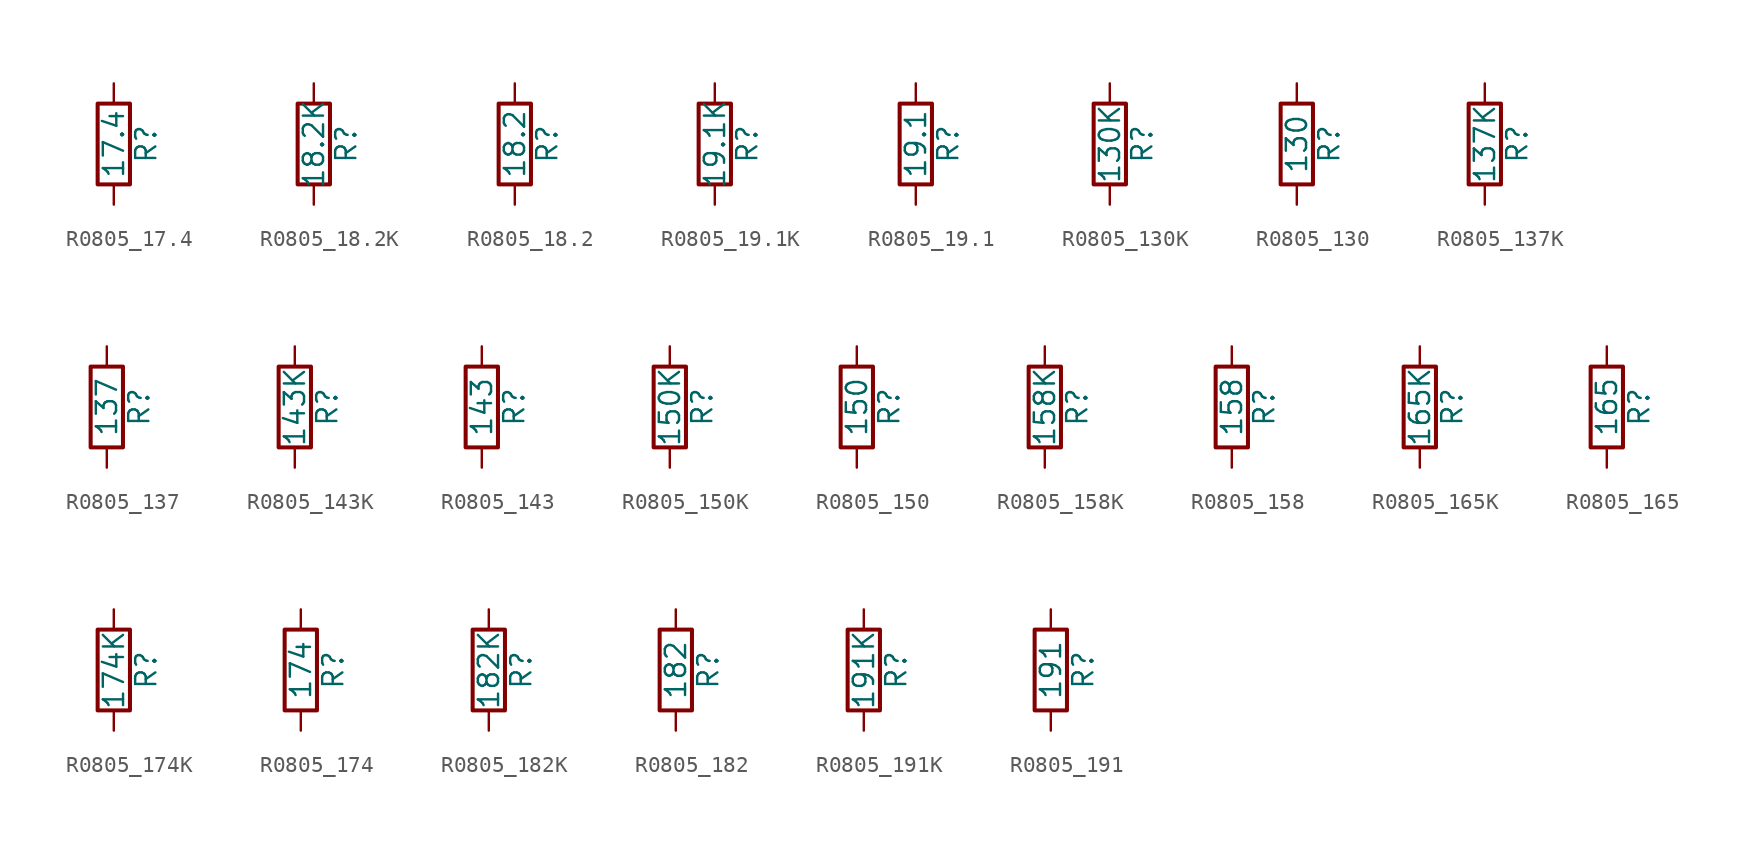
<source format=kicad_sym>
(kicad_symbol_lib
  (version 20211014)
  (generator atlantix-eda)
  (symbol "R0805_17.4"
    (pin_numbers hide)
    (pin_names
      (offset 0))
    (property "Reference" "R"
      (at 2.032 0 90)
      (effects (font (size 1.27 1.27))))
    (property "Value" "17.4"
      (at 0 0 90)
      (effects (font (size 1.27 1.27))))
    (symbol "R0805_17.4_0_1"
      (rectangle (start -1.016 -2.54) (end 1.016 2.54) (stroke (width 0.254) (type default) (color 0 0 0 0)) (fill (type none))))
    (symbol "R0805_17.4_1_1"
      (pin passive line (at 0 3.81 270) (length 1.27) (name "~" (effects (font (size 1.27 1.27)))) (number "1" (effects (font (size 1.27 1.27)))))
      (pin passive line (at 0 -3.81 90) (length 1.27) (name "~" (effects (font (size 1.27 1.27)))) (number "2" (effects (font (size 1.27 1.27)))))))
  (symbol "R0805_18.2K"
    (pin_numbers hide)
    (pin_names
      (offset 0))
    (property "Reference" "R"
      (at 2.032 0 90)
      (effects (font (size 1.27 1.27))))
    (property "Value" "18.2K"
      (at 0 0 90)
      (effects (font (size 1.27 1.27))))
    (symbol "R0805_18.2K_0_1"
      (rectangle (start -1.016 -2.54) (end 1.016 2.54) (stroke (width 0.254) (type default) (color 0 0 0 0)) (fill (type none))))
    (symbol "R0805_18.2K_1_1"
      (pin passive line (at 0 3.81 270) (length 1.27) (name "~" (effects (font (size 1.27 1.27)))) (number "1" (effects (font (size 1.27 1.27)))))
      (pin passive line (at 0 -3.81 90) (length 1.27) (name "~" (effects (font (size 1.27 1.27)))) (number "2" (effects (font (size 1.27 1.27)))))))
  (symbol "R0805_18.2"
    (pin_numbers hide)
    (pin_names
      (offset 0))
    (property "Reference" "R"
      (at 2.032 0 90)
      (effects (font (size 1.27 1.27))))
    (property "Value" "18.2"
      (at 0 0 90)
      (effects (font (size 1.27 1.27))))
    (symbol "R0805_18.2_0_1"
      (rectangle (start -1.016 -2.54) (end 1.016 2.54) (stroke (width 0.254) (type default) (color 0 0 0 0)) (fill (type none))))
    (symbol "R0805_18.2_1_1"
      (pin passive line (at 0 3.81 270) (length 1.27) (name "~" (effects (font (size 1.27 1.27)))) (number "1" (effects (font (size 1.27 1.27)))))
      (pin passive line (at 0 -3.81 90) (length 1.27) (name "~" (effects (font (size 1.27 1.27)))) (number "2" (effects (font (size 1.27 1.27)))))))
  (symbol "R0805_19.1K"
    (pin_numbers hide)
    (pin_names
      (offset 0))
    (property "Reference" "R"
      (at 2.032 0 90)
      (effects (font (size 1.27 1.27))))
    (property "Value" "19.1K"
      (at 0 0 90)
      (effects (font (size 1.27 1.27))))
    (symbol "R0805_19.1K_0_1"
      (rectangle (start -1.016 -2.54) (end 1.016 2.54) (stroke (width 0.254) (type default) (color 0 0 0 0)) (fill (type none))))
    (symbol "R0805_19.1K_1_1"
      (pin passive line (at 0 3.81 270) (length 1.27) (name "~" (effects (font (size 1.27 1.27)))) (number "1" (effects (font (size 1.27 1.27)))))
      (pin passive line (at 0 -3.81 90) (length 1.27) (name "~" (effects (font (size 1.27 1.27)))) (number "2" (effects (font (size 1.27 1.27)))))))
  (symbol "R0805_19.1"
    (pin_numbers hide)
    (pin_names
      (offset 0))
    (property "Reference" "R"
      (at 2.032 0 90)
      (effects (font (size 1.27 1.27))))
    (property "Value" "19.1"
      (at 0 0 90)
      (effects (font (size 1.27 1.27))))
    (symbol "R0805_19.1_0_1"
      (rectangle (start -1.016 -2.54) (end 1.016 2.54) (stroke (width 0.254) (type default) (color 0 0 0 0)) (fill (type none))))
    (symbol "R0805_19.1_1_1"
      (pin passive line (at 0 3.81 270) (length 1.27) (name "~" (effects (font (size 1.27 1.27)))) (number "1" (effects (font (size 1.27 1.27)))))
      (pin passive line (at 0 -3.81 90) (length 1.27) (name "~" (effects (font (size 1.27 1.27)))) (number "2" (effects (font (size 1.27 1.27)))))))
  (symbol "R0805_130K"
    (pin_numbers hide)
    (pin_names
      (offset 0))
    (property "Reference" "R"
      (at 2.032 0 90)
      (effects (font (size 1.27 1.27))))
    (property "Value" "130K"
      (at 0 0 90)
      (effects (font (size 1.27 1.27))))
    (symbol "R0805_130K_0_1"
      (rectangle (start -1.016 -2.54) (end 1.016 2.54) (stroke (width 0.254) (type default) (color 0 0 0 0)) (fill (type none))))
    (symbol "R0805_130K_1_1"
      (pin passive line (at 0 3.81 270) (length 1.27) (name "~" (effects (font (size 1.27 1.27)))) (number "1" (effects (font (size 1.27 1.27)))))
      (pin passive line (at 0 -3.81 90) (length 1.27) (name "~" (effects (font (size 1.27 1.27)))) (number "2" (effects (font (size 1.27 1.27)))))))
  (symbol "R0805_130"
    (pin_numbers hide)
    (pin_names
      (offset 0))
    (property "Reference" "R"
      (at 2.032 0 90)
      (effects (font (size 1.27 1.27))))
    (property "Value" "130"
      (at 0 0 90)
      (effects (font (size 1.27 1.27))))
    (symbol "R0805_130_0_1"
      (rectangle (start -1.016 -2.54) (end 1.016 2.54) (stroke (width 0.254) (type default) (color 0 0 0 0)) (fill (type none))))
    (symbol "R0805_130_1_1"
      (pin passive line (at 0 3.81 270) (length 1.27) (name "~" (effects (font (size 1.27 1.27)))) (number "1" (effects (font (size 1.27 1.27)))))
      (pin passive line (at 0 -3.81 90) (length 1.27) (name "~" (effects (font (size 1.27 1.27)))) (number "2" (effects (font (size 1.27 1.27)))))))
  (symbol "R0805_137K"
    (pin_numbers hide)
    (pin_names
      (offset 0))
    (property "Reference" "R"
      (at 2.032 0 90)
      (effects (font (size 1.27 1.27))))
    (property "Value" "137K"
      (at 0 0 90)
      (effects (font (size 1.27 1.27))))
    (symbol "R0805_137K_0_1"
      (rectangle (start -1.016 -2.54) (end 1.016 2.54) (stroke (width 0.254) (type default) (color 0 0 0 0)) (fill (type none))))
    (symbol "R0805_137K_1_1"
      (pin passive line (at 0 3.81 270) (length 1.27) (name "~" (effects (font (size 1.27 1.27)))) (number "1" (effects (font (size 1.27 1.27)))))
      (pin passive line (at 0 -3.81 90) (length 1.27) (name "~" (effects (font (size 1.27 1.27)))) (number "2" (effects (font (size 1.27 1.27)))))))
  (symbol "R0805_137"
    (pin_numbers hide)
    (pin_names
      (offset 0))
    (property "Reference" "R"
      (at 2.032 0 90)
      (effects (font (size 1.27 1.27))))
    (property "Value" "137"
      (at 0 0 90)
      (effects (font (size 1.27 1.27))))
    (symbol "R0805_137_0_1"
      (rectangle (start -1.016 -2.54) (end 1.016 2.54) (stroke (width 0.254) (type default) (color 0 0 0 0)) (fill (type none))))
    (symbol "R0805_137_1_1"
      (pin passive line (at 0 3.81 270) (length 1.27) (name "~" (effects (font (size 1.27 1.27)))) (number "1" (effects (font (size 1.27 1.27)))))
      (pin passive line (at 0 -3.81 90) (length 1.27) (name "~" (effects (font (size 1.27 1.27)))) (number "2" (effects (font (size 1.27 1.27)))))))
  (symbol "R0805_143K"
    (pin_numbers hide)
    (pin_names
      (offset 0))
    (property "Reference" "R"
      (at 2.032 0 90)
      (effects (font (size 1.27 1.27))))
    (property "Value" "143K"
      (at 0 0 90)
      (effects (font (size 1.27 1.27))))
    (symbol "R0805_143K_0_1"
      (rectangle (start -1.016 -2.54) (end 1.016 2.54) (stroke (width 0.254) (type default) (color 0 0 0 0)) (fill (type none))))
    (symbol "R0805_143K_1_1"
      (pin passive line (at 0 3.81 270) (length 1.27) (name "~" (effects (font (size 1.27 1.27)))) (number "1" (effects (font (size 1.27 1.27)))))
      (pin passive line (at 0 -3.81 90) (length 1.27) (name "~" (effects (font (size 1.27 1.27)))) (number "2" (effects (font (size 1.27 1.27)))))))
  (symbol "R0805_143"
    (pin_numbers hide)
    (pin_names
      (offset 0))
    (property "Reference" "R"
      (at 2.032 0 90)
      (effects (font (size 1.27 1.27))))
    (property "Value" "143"
      (at 0 0 90)
      (effects (font (size 1.27 1.27))))
    (symbol "R0805_143_0_1"
      (rectangle (start -1.016 -2.54) (end 1.016 2.54) (stroke (width 0.254) (type default) (color 0 0 0 0)) (fill (type none))))
    (symbol "R0805_143_1_1"
      (pin passive line (at 0 3.81 270) (length 1.27) (name "~" (effects (font (size 1.27 1.27)))) (number "1" (effects (font (size 1.27 1.27)))))
      (pin passive line (at 0 -3.81 90) (length 1.27) (name "~" (effects (font (size 1.27 1.27)))) (number "2" (effects (font (size 1.27 1.27)))))))
  (symbol "R0805_150K"
    (pin_numbers hide)
    (pin_names
      (offset 0))
    (property "Reference" "R"
      (at 2.032 0 90)
      (effects (font (size 1.27 1.27))))
    (property "Value" "150K"
      (at 0 0 90)
      (effects (font (size 1.27 1.27))))
    (symbol "R0805_150K_0_1"
      (rectangle (start -1.016 -2.54) (end 1.016 2.54) (stroke (width 0.254) (type default) (color 0 0 0 0)) (fill (type none))))
    (symbol "R0805_150K_1_1"
      (pin passive line (at 0 3.81 270) (length 1.27) (name "~" (effects (font (size 1.27 1.27)))) (number "1" (effects (font (size 1.27 1.27)))))
      (pin passive line (at 0 -3.81 90) (length 1.27) (name "~" (effects (font (size 1.27 1.27)))) (number "2" (effects (font (size 1.27 1.27)))))))
  (symbol "R0805_150"
    (pin_numbers hide)
    (pin_names
      (offset 0))
    (property "Reference" "R"
      (at 2.032 0 90)
      (effects (font (size 1.27 1.27))))
    (property "Value" "150"
      (at 0 0 90)
      (effects (font (size 1.27 1.27))))
    (symbol "R0805_150_0_1"
      (rectangle (start -1.016 -2.54) (end 1.016 2.54) (stroke (width 0.254) (type default) (color 0 0 0 0)) (fill (type none))))
    (symbol "R0805_150_1_1"
      (pin passive line (at 0 3.81 270) (length 1.27) (name "~" (effects (font (size 1.27 1.27)))) (number "1" (effects (font (size 1.27 1.27)))))
      (pin passive line (at 0 -3.81 90) (length 1.27) (name "~" (effects (font (size 1.27 1.27)))) (number "2" (effects (font (size 1.27 1.27)))))))
  (symbol "R0805_158K"
    (pin_numbers hide)
    (pin_names
      (offset 0))
    (property "Reference" "R"
      (at 2.032 0 90)
      (effects (font (size 1.27 1.27))))
    (property "Value" "158K"
      (at 0 0 90)
      (effects (font (size 1.27 1.27))))
    (symbol "R0805_158K_0_1"
      (rectangle (start -1.016 -2.54) (end 1.016 2.54) (stroke (width 0.254) (type default) (color 0 0 0 0)) (fill (type none))))
    (symbol "R0805_158K_1_1"
      (pin passive line (at 0 3.81 270) (length 1.27) (name "~" (effects (font (size 1.27 1.27)))) (number "1" (effects (font (size 1.27 1.27)))))
      (pin passive line (at 0 -3.81 90) (length 1.27) (name "~" (effects (font (size 1.27 1.27)))) (number "2" (effects (font (size 1.27 1.27)))))))
  (symbol "R0805_158"
    (pin_numbers hide)
    (pin_names
      (offset 0))
    (property "Reference" "R"
      (at 2.032 0 90)
      (effects (font (size 1.27 1.27))))
    (property "Value" "158"
      (at 0 0 90)
      (effects (font (size 1.27 1.27))))
    (symbol "R0805_158_0_1"
      (rectangle (start -1.016 -2.54) (end 1.016 2.54) (stroke (width 0.254) (type default) (color 0 0 0 0)) (fill (type none))))
    (symbol "R0805_158_1_1"
      (pin passive line (at 0 3.81 270) (length 1.27) (name "~" (effects (font (size 1.27 1.27)))) (number "1" (effects (font (size 1.27 1.27)))))
      (pin passive line (at 0 -3.81 90) (length 1.27) (name "~" (effects (font (size 1.27 1.27)))) (number "2" (effects (font (size 1.27 1.27)))))))
  (symbol "R0805_165K"
    (pin_numbers hide)
    (pin_names
      (offset 0))
    (property "Reference" "R"
      (at 2.032 0 90)
      (effects (font (size 1.27 1.27))))
    (property "Value" "165K"
      (at 0 0 90)
      (effects (font (size 1.27 1.27))))
    (symbol "R0805_165K_0_1"
      (rectangle (start -1.016 -2.54) (end 1.016 2.54) (stroke (width 0.254) (type default) (color 0 0 0 0)) (fill (type none))))
    (symbol "R0805_165K_1_1"
      (pin passive line (at 0 3.81 270) (length 1.27) (name "~" (effects (font (size 1.27 1.27)))) (number "1" (effects (font (size 1.27 1.27)))))
      (pin passive line (at 0 -3.81 90) (length 1.27) (name "~" (effects (font (size 1.27 1.27)))) (number "2" (effects (font (size 1.27 1.27)))))))
  (symbol "R0805_165"
    (pin_numbers hide)
    (pin_names
      (offset 0))
    (property "Reference" "R"
      (at 2.032 0 90)
      (effects (font (size 1.27 1.27))))
    (property "Value" "165"
      (at 0 0 90)
      (effects (font (size 1.27 1.27))))
    (symbol "R0805_165_0_1"
      (rectangle (start -1.016 -2.54) (end 1.016 2.54) (stroke (width 0.254) (type default) (color 0 0 0 0)) (fill (type none))))
    (symbol "R0805_165_1_1"
      (pin passive line (at 0 3.81 270) (length 1.27) (name "~" (effects (font (size 1.27 1.27)))) (number "1" (effects (font (size 1.27 1.27)))))
      (pin passive line (at 0 -3.81 90) (length 1.27) (name "~" (effects (font (size 1.27 1.27)))) (number "2" (effects (font (size 1.27 1.27)))))))
  (symbol "R0805_174K"
    (pin_numbers hide)
    (pin_names
      (offset 0))
    (property "Reference" "R"
      (at 2.032 0 90)
      (effects (font (size 1.27 1.27))))
    (property "Value" "174K"
      (at 0 0 90)
      (effects (font (size 1.27 1.27))))
    (symbol "R0805_174K_0_1"
      (rectangle (start -1.016 -2.54) (end 1.016 2.54) (stroke (width 0.254) (type default) (color 0 0 0 0)) (fill (type none))))
    (symbol "R0805_174K_1_1"
      (pin passive line (at 0 3.81 270) (length 1.27) (name "~" (effects (font (size 1.27 1.27)))) (number "1" (effects (font (size 1.27 1.27)))))
      (pin passive line (at 0 -3.81 90) (length 1.27) (name "~" (effects (font (size 1.27 1.27)))) (number "2" (effects (font (size 1.27 1.27)))))))
  (symbol "R0805_174"
    (pin_numbers hide)
    (pin_names
      (offset 0))
    (property "Reference" "R"
      (at 2.032 0 90)
      (effects (font (size 1.27 1.27))))
    (property "Value" "174"
      (at 0 0 90)
      (effects (font (size 1.27 1.27))))
    (symbol "R0805_174_0_1"
      (rectangle (start -1.016 -2.54) (end 1.016 2.54) (stroke (width 0.254) (type default) (color 0 0 0 0)) (fill (type none))))
    (symbol "R0805_174_1_1"
      (pin passive line (at 0 3.81 270) (length 1.27) (name "~" (effects (font (size 1.27 1.27)))) (number "1" (effects (font (size 1.27 1.27)))))
      (pin passive line (at 0 -3.81 90) (length 1.27) (name "~" (effects (font (size 1.27 1.27)))) (number "2" (effects (font (size 1.27 1.27)))))))
  (symbol "R0805_182K"
    (pin_numbers hide)
    (pin_names
      (offset 0))
    (property "Reference" "R"
      (at 2.032 0 90)
      (effects (font (size 1.27 1.27))))
    (property "Value" "182K"
      (at 0 0 90)
      (effects (font (size 1.27 1.27))))
    (symbol "R0805_182K_0_1"
      (rectangle (start -1.016 -2.54) (end 1.016 2.54) (stroke (width 0.254) (type default) (color 0 0 0 0)) (fill (type none))))
    (symbol "R0805_182K_1_1"
      (pin passive line (at 0 3.81 270) (length 1.27) (name "~" (effects (font (size 1.27 1.27)))) (number "1" (effects (font (size 1.27 1.27)))))
      (pin passive line (at 0 -3.81 90) (length 1.27) (name "~" (effects (font (size 1.27 1.27)))) (number "2" (effects (font (size 1.27 1.27)))))))
  (symbol "R0805_182"
    (pin_numbers hide)
    (pin_names
      (offset 0))
    (property "Reference" "R"
      (at 2.032 0 90)
      (effects (font (size 1.27 1.27))))
    (property "Value" "182"
      (at 0 0 90)
      (effects (font (size 1.27 1.27))))
    (symbol "R0805_182_0_1"
      (rectangle (start -1.016 -2.54) (end 1.016 2.54) (stroke (width 0.254) (type default) (color 0 0 0 0)) (fill (type none))))
    (symbol "R0805_182_1_1"
      (pin passive line (at 0 3.81 270) (length 1.27) (name "~" (effects (font (size 1.27 1.27)))) (number "1" (effects (font (size 1.27 1.27)))))
      (pin passive line (at 0 -3.81 90) (length 1.27) (name "~" (effects (font (size 1.27 1.27)))) (number "2" (effects (font (size 1.27 1.27)))))))
  (symbol "R0805_191K"
    (pin_numbers hide)
    (pin_names
      (offset 0))
    (property "Reference" "R"
      (at 2.032 0 90)
      (effects (font (size 1.27 1.27))))
    (property "Value" "191K"
      (at 0 0 90)
      (effects (font (size 1.27 1.27))))
    (symbol "R0805_191K_0_1"
      (rectangle (start -1.016 -2.54) (end 1.016 2.54) (stroke (width 0.254) (type default) (color 0 0 0 0)) (fill (type none))))
    (symbol "R0805_191K_1_1"
      (pin passive line (at 0 3.81 270) (length 1.27) (name "~" (effects (font (size 1.27 1.27)))) (number "1" (effects (font (size 1.27 1.27)))))
      (pin passive line (at 0 -3.81 90) (length 1.27) (name "~" (effects (font (size 1.27 1.27)))) (number "2" (effects (font (size 1.27 1.27)))))))
  (symbol "R0805_191"
    (pin_numbers hide)
    (pin_names
      (offset 0))
    (property "Reference" "R"
      (at 2.032 0 90)
      (effects (font (size 1.27 1.27))))
    (property "Value" "191"
      (at 0 0 90)
      (effects (font (size 1.27 1.27))))
    (symbol "R0805_191_0_1"
      (rectangle (start -1.016 -2.54) (end 1.016 2.54) (stroke (width 0.254) (type default) (color 0 0 0 0)) (fill (type none))))
    (symbol "R0805_191_1_1"
      (pin passive line (at 0 3.81 270) (length 1.27) (name "~" (effects (font (size 1.27 1.27)))) (number "1" (effects (font (size 1.27 1.27)))))
      (pin passive line (at 0 -3.81 90) (length 1.27) (name "~" (effects (font (size 1.27 1.27)))) (number "2" (effects (font (size 1.27 1.27))))))))
</source>
